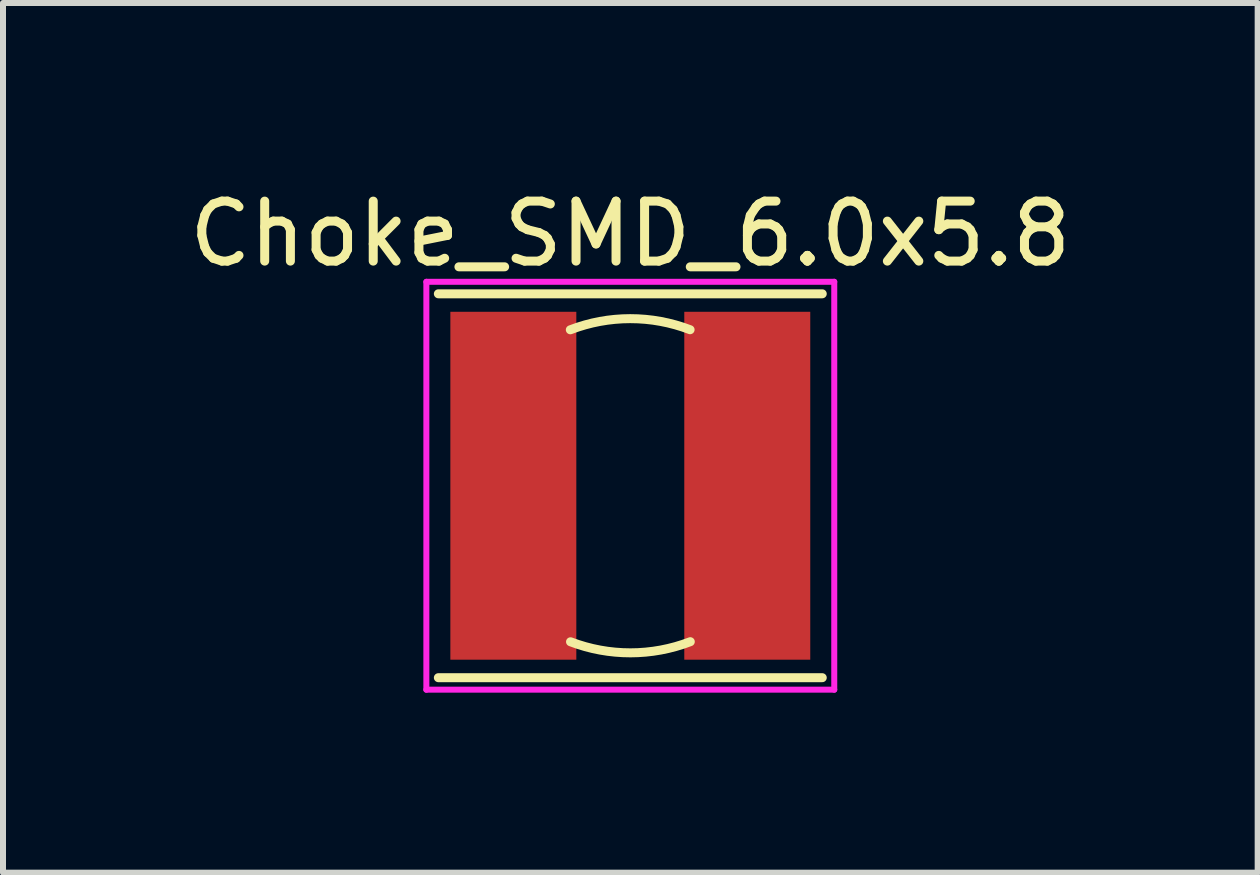
<source format=kicad_pcb>
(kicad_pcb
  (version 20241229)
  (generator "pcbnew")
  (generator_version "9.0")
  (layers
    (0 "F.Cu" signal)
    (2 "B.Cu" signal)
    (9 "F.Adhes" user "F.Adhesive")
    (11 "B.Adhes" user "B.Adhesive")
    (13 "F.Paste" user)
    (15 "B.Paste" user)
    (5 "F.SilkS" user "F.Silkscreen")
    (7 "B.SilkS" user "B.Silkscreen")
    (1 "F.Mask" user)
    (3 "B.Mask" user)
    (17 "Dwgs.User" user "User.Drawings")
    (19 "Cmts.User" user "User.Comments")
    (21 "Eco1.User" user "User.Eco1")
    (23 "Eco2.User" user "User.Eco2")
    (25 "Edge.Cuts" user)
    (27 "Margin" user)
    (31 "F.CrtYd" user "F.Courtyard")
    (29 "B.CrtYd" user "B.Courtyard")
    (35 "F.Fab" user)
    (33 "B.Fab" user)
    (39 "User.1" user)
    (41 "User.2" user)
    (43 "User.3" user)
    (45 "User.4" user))
  (footprint "Choke_SMD_6.0x5.8"
    (layer "F.Cu")
    (at 7.458 5.048)
    (property "Reference" "Choke_SMD_6.0x5.8" (at 0 -4.2 0) (layer "F.SilkS") (effects (font (size 1 1) (thickness 0.15))))
    (attr through_hole)
    (fp_line (start -3.2 -3.2) (end 3.2 -3.2) (stroke (width 0.15) (type solid)) (layer "F.SilkS"))
    (fp_line (start -3.2 3.2) (end 3.2 3.2) (stroke (width 0.15) (type solid)) (layer "F.SilkS"))
    (fp_arc (start -1 -2.6) (mid -0.001824 -2.785677) (end 0.996595 -2.601307) (stroke (width 0.15) (type solid)) (layer "F.SilkS"))
    (fp_arc (start 1 2.6) (mid 0.001824 2.785677) (end -0.996595 2.601307) (stroke (width 0.15) (type solid)) (layer "F.SilkS"))
    (fp_line (start -3.4 -3.4) (end 3.4 -3.4) (stroke (width 0.1) (type solid)) (layer "F.CrtYd"))
    (fp_line (start -3.4 3.4) (end -3.4 -3.4) (stroke (width 0.1) (type solid)) (layer "F.CrtYd"))
    (fp_line (start 3.4 -3.4) (end 3.4 3.4) (stroke (width 0.1) (type solid)) (layer "F.CrtYd"))
    (fp_line (start 3.4 3.4) (end -3.4 3.4) (stroke (width 0.1) (type solid)) (layer "F.CrtYd"))
    (pad "1" smd rect (at -1.95 0) (size 2.1 5.8) (layers "F.Cu" "F.Mask" "F.Paste"))
    (pad "2" smd rect (at 1.95 0) (size 2.1 5.8) (layers "F.Cu" "F.Mask" "F.Paste")))
  (gr_rect
    (start -3 -3)
    (end 17.917 11.498)
    (stroke (width 0.1) (type default))
    (fill no)
    (layer "Edge.Cuts")))
</source>
